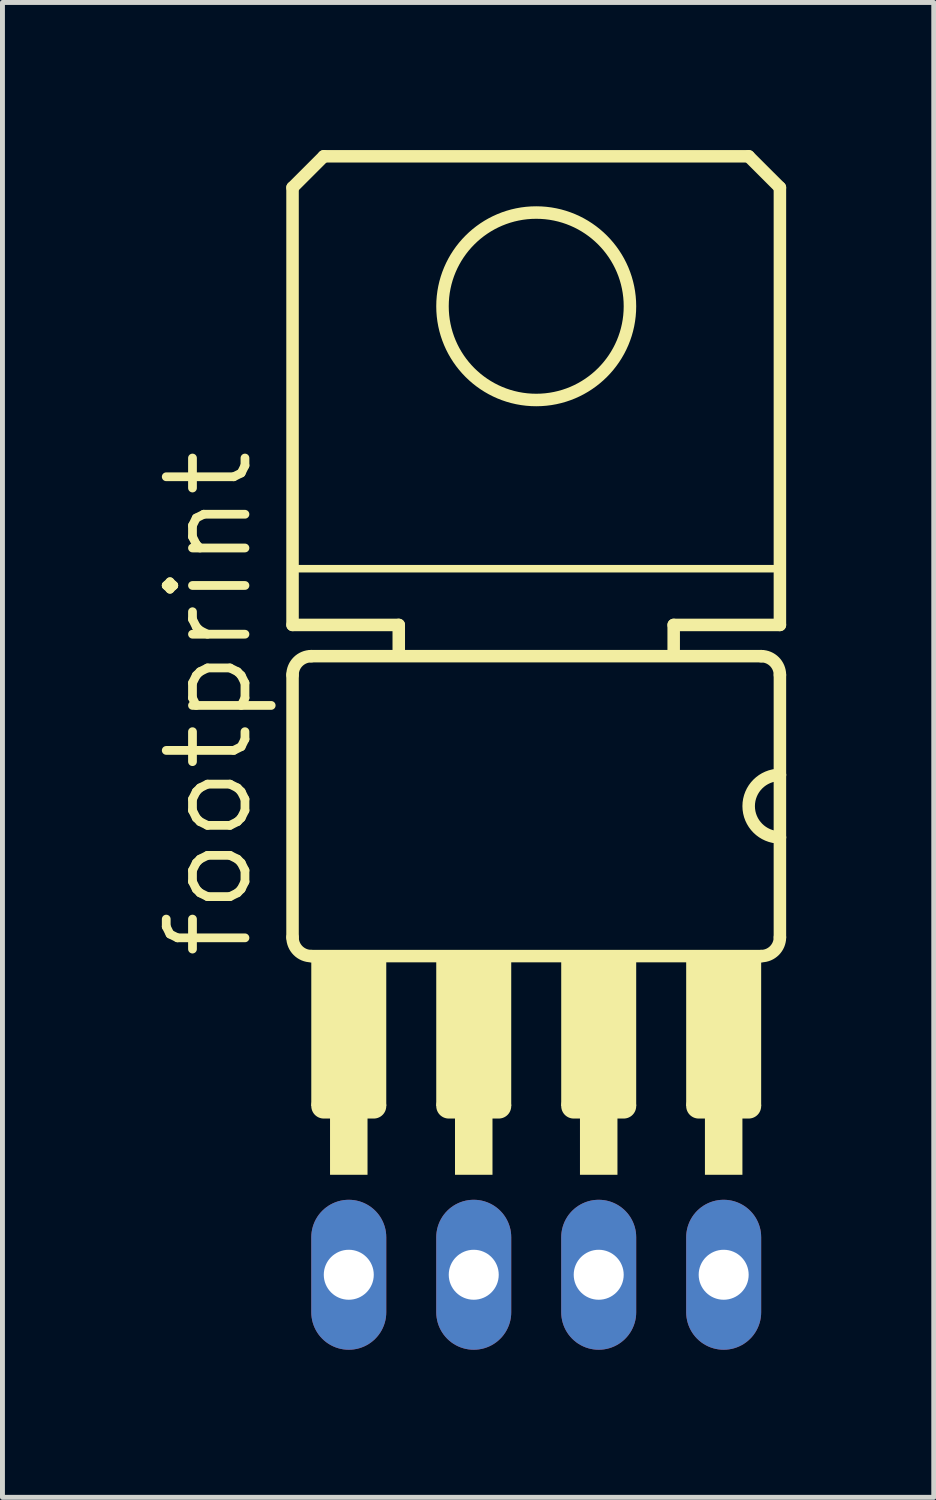
<source format=kicad_pcb>
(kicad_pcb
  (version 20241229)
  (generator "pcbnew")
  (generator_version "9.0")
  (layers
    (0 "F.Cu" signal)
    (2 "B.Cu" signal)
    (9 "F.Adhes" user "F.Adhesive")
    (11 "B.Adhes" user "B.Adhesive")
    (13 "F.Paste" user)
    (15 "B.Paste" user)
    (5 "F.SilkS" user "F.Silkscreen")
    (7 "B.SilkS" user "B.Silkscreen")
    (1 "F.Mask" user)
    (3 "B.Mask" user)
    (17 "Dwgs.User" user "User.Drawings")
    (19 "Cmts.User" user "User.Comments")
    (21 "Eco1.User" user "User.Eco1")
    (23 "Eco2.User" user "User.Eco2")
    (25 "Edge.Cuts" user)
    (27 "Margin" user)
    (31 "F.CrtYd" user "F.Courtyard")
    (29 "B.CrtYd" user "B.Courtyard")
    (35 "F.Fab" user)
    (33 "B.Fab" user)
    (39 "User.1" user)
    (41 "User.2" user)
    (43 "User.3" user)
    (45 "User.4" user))
  (footprint "footprint"
    (layer "F.Cu")
    (at 7.849 13.335)
    (property "Reference" "footprint" (at -5.715 3.175 90) (layer "F.SilkS") (effects (font (size 1.6 1.6) (thickness 0.178)) (justify left bottom)))
    (fp_line (start -4.953 -12.573) (end -4.318 -13.208) (stroke (width 0.254) (type solid)) (layer "F.SilkS"))
    (fp_line (start -4.953 -3.683) (end -4.953 -12.573) (stroke (width 0.254) (type solid)) (layer "F.SilkS"))
    (fp_line (start -4.953 -2.667) (end -4.953 2.667) (stroke (width 0.254) (type solid)) (layer "F.SilkS"))
    (fp_line (start -4.826 -4.826) (end 4.826 -4.826) (stroke (width 0.152) (type solid)) (layer "F.SilkS"))
    (fp_line (start -4.572 3.048) (end 4.572 3.048) (stroke (width 0.254) (type solid)) (layer "F.SilkS"))
    (fp_line (start -4.318 -13.208) (end 4.318 -13.208) (stroke (width 0.254) (type solid)) (layer "F.SilkS"))
    (fp_line (start -4.318 6.096) (end -3.302 6.096) (stroke (width 0.508) (type solid)) (layer "F.SilkS"))
    (fp_line (start -2.794 -3.683) (end -4.953 -3.683) (stroke (width 0.254) (type solid)) (layer "F.SilkS"))
    (fp_line (start -2.794 -3.175) (end -2.794 -3.683) (stroke (width 0.254) (type solid)) (layer "F.SilkS"))
    (fp_line (start -1.778 6.096) (end -0.762 6.096) (stroke (width 0.508) (type solid)) (layer "F.SilkS"))
    (fp_line (start 0.762 6.096) (end 1.778 6.096) (stroke (width 0.508) (type solid)) (layer "F.SilkS"))
    (fp_line (start 2.794 -3.683) (end 2.794 -3.175) (stroke (width 0.254) (type solid)) (layer "F.SilkS"))
    (fp_line (start 3.302 6.096) (end 4.318 6.096) (stroke (width 0.508) (type solid)) (layer "F.SilkS"))
    (fp_line (start 4.318 -13.208) (end 4.953 -12.573) (stroke (width 0.254) (type solid)) (layer "F.SilkS"))
    (fp_line (start 4.572 -3.048) (end -4.572 -3.048) (stroke (width 0.254) (type solid)) (layer "F.SilkS"))
    (fp_line (start 4.953 -12.573) (end 4.953 -3.683) (stroke (width 0.254) (type solid)) (layer "F.SilkS"))
    (fp_line (start 4.953 -3.683) (end 2.794 -3.683) (stroke (width 0.254) (type solid)) (layer "F.SilkS"))
    (fp_line (start 4.953 -0.635) (end 4.953 -2.667) (stroke (width 0.254) (type solid)) (layer "F.SilkS"))
    (fp_line (start 4.953 0.635) (end 4.953 -0.635) (stroke (width 0.254) (type solid)) (layer "F.SilkS"))
    (fp_line (start 4.953 2.667) (end 4.953 0.635) (stroke (width 0.254) (type solid)) (layer "F.SilkS"))
    (fp_arc (start -4.953 -2.667) (mid -4.841408 -2.936408) (end -4.572 -3.048) (stroke (width 0.254) (type solid)) (layer "F.SilkS"))
    (fp_arc (start -4.572 3.048) (mid -4.841408 2.936408) (end -4.953 2.667) (stroke (width 0.254) (type solid)) (layer "F.SilkS"))
    (fp_arc (start 4.572 -3.048) (mid 4.841408 -2.936408) (end 4.953 -2.667) (stroke (width 0.254) (type solid)) (layer "F.SilkS"))
    (fp_arc (start 4.953 0.635) (mid 4.318 0) (end 4.953 -0.635) (stroke (width 0.254) (type solid)) (layer "F.SilkS"))
    (fp_arc (start 4.953 2.667) (mid 4.841408 2.936408) (end 4.572 3.048) (stroke (width 0.254) (type solid)) (layer "F.SilkS"))
    (fp_circle (center 0 -10.16) (end 1.905 -10.16) (stroke (width 0.254) (type solid)) (fill no) (layer "F.SilkS"))
    (fp_poly (pts (xy -4.572 6.096) (xy -3.048 6.096) (xy -3.048 3.124) (xy -4.572 3.124)) (stroke (width 0) (type solid)) (fill yes) (layer "F.SilkS"))
    (fp_poly (pts (xy -4.191 7.493) (xy -3.429 7.493) (xy -3.429 6.223) (xy -4.191 6.223)) (stroke (width 0) (type solid)) (fill yes) (layer "F.SilkS"))
    (fp_poly (pts (xy -2.032 6.096) (xy -0.508 6.096) (xy -0.508 3.124) (xy -2.032 3.124)) (stroke (width 0) (type solid)) (fill yes) (layer "F.SilkS"))
    (fp_poly (pts (xy -1.651 7.493) (xy -0.889 7.493) (xy -0.889 6.223) (xy -1.651 6.223)) (stroke (width 0) (type solid)) (fill yes) (layer "F.SilkS"))
    (fp_poly (pts (xy 0.508 6.096) (xy 2.032 6.096) (xy 2.032 3.124) (xy 0.508 3.124)) (stroke (width 0) (type solid)) (fill yes) (layer "F.SilkS"))
    (fp_poly (pts (xy 0.889 7.493) (xy 1.651 7.493) (xy 1.651 6.223) (xy 0.889 6.223)) (stroke (width 0) (type solid)) (fill yes) (layer "F.SilkS"))
    (fp_poly (pts (xy 3.048 6.096) (xy 4.572 6.096) (xy 4.572 3.124) (xy 3.048 3.124)) (stroke (width 0) (type solid)) (fill yes) (layer "F.SilkS"))
    (fp_poly (pts (xy 3.429 7.493) (xy 4.191 7.493) (xy 4.191 6.223) (xy 3.429 6.223)) (stroke (width 0) (type solid)) (fill yes) (layer "F.SilkS"))
    (pad "1" thru_hole oval (at -3.81 9.525 90) (size 3.048 1.524) (drill 1.016) (layers "*.Cu" "*.Mask"))
    (pad "2" thru_hole oval (at -1.27 9.525 90) (size 3.048 1.524) (drill 1.016) (layers "*.Cu" "*.Mask"))
    (pad "3" thru_hole oval (at 1.27 9.525 90) (size 3.048 1.524) (drill 1.016) (layers "*.Cu" "*.Mask"))
    (pad "4" thru_hole oval (at 3.81 9.525 90) (size 3.048 1.524) (drill 1.016) (layers "*.Cu" "*.Mask")))
  (gr_rect
    (start -3 -3)
    (end 15.929 27.384)
    (stroke (width 0.1) (type default))
    (fill no)
    (layer "Edge.Cuts")))
</source>
